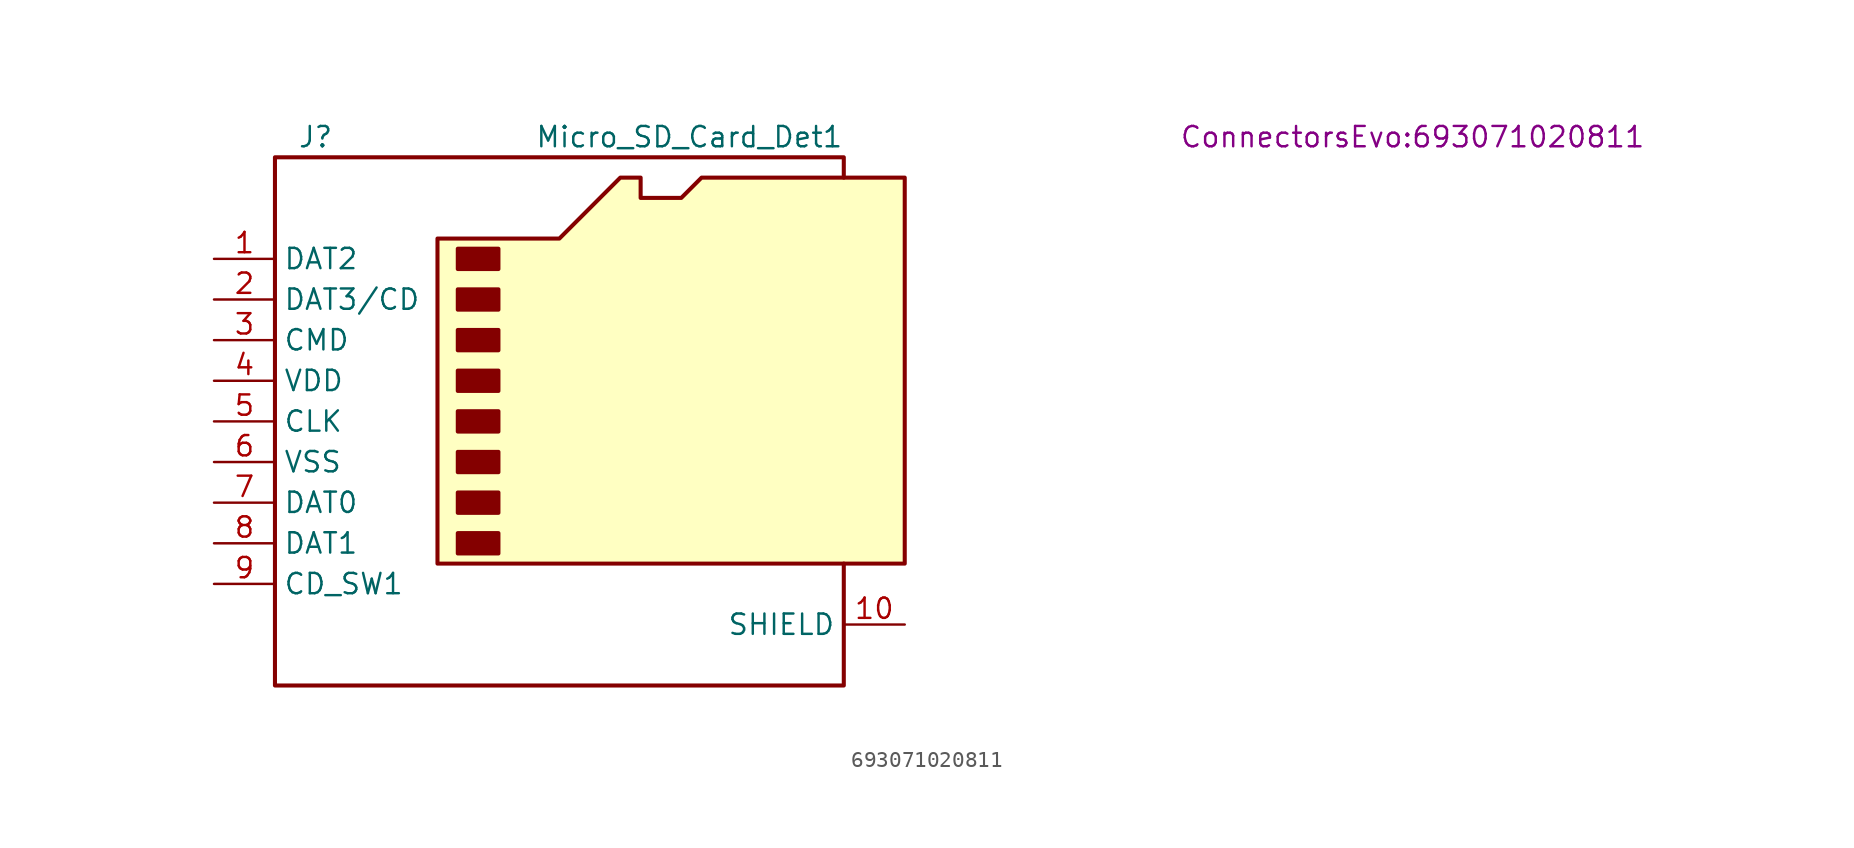
<source format=kicad_sym>
(kicad_symbol_lib
  (version 20220914)
  (generator kicad_symbol_editor)
  (symbol "693071020811"
    (property "Reference" "J"
      (at -16.51 17.78 0)
      (effects (font (size 1.27 1.27))))
    (property "Value" "Micro_SD_Card_Det1"
      (at 16.51 17.78 0)
      (effects (font (size 1.27 1.27)) (justify right)))
    (property "Footprint" "ConnectorsEvo:693071020811"
      (at 52.07 17.78 0)
      (effects (font (size 1.27 1.27))))
    (symbol "693071020811_0_1"
      (rectangle (start -7.62 -6.985) (end -5.08 -8.255) (stroke (width 0.254) (type default)) (fill (type outline)))
      (rectangle (start -7.62 -4.445) (end -5.08 -5.715) (stroke (width 0.254) (type default)) (fill (type outline)))
      (rectangle (start -7.62 -1.905) (end -5.08 -3.175) (stroke (width 0.254) (type default)) (fill (type outline)))
      (rectangle (start -7.62 0.635) (end -5.08 -0.635) (stroke (width 0.254) (type default)) (fill (type outline)))
      (rectangle (start -7.62 3.175) (end -5.08 1.905) (stroke (width 0.254) (type default)) (fill (type outline)))
      (rectangle (start -7.62 5.715) (end -5.08 4.445) (stroke (width 0.254) (type default)) (fill (type outline)))
      (rectangle (start -7.62 8.255) (end -5.08 6.985) (stroke (width 0.254) (type default)) (fill (type outline)))
      (rectangle (start -7.62 10.795) (end -5.08 9.525) (stroke (width 0.254) (type default)) (fill (type outline)))
      (polyline (pts (xy 16.51 15.24) (xy 16.51 16.51) (xy -19.05 16.51) (xy -19.05 -16.51) (xy 16.51 -16.51) (xy 16.51 -8.89)) (stroke (width 0.254) (type default)) (fill (type none)))
      (polyline (pts (xy -8.89 -8.89) (xy -8.89 11.43) (xy -1.27 11.43) (xy 2.54 15.24) (xy 3.81 15.24) (xy 3.81 13.97) (xy 6.35 13.97) (xy 7.62 15.24) (xy 20.32 15.24) (xy 20.32 -8.89) (xy -8.89 -8.89)) (stroke (width 0.254) (type default)) (fill (type background))))
    (symbol "693071020811_1_1"
      (pin bidirectional line (at -22.86 10.16 0) (length 3.81) (name "DAT2" (effects (font (size 1.27 1.27)))) (number "1" (effects (font (size 1.27 1.27)))))
      (pin passive line (at 20.32 -12.7 180) (length 3.81) (name "SHIELD" (effects (font (size 1.27 1.27)))) (number "10" (effects (font (size 1.27 1.27)))))
      (pin passive line (at 20.32 -12.7 180) (length 3.81) hide (name "SHIELD" (effects (font (size 1.27 1.27)))) (number "11" (effects (font (size 1.27 1.27)))))
      (pin passive line (at 20.32 -12.7 180) (length 3.81) hide (name "SHIELD" (effects (font (size 1.27 1.27)))) (number "12" (effects (font (size 1.27 1.27)))))
      (pin passive line (at 20.32 -12.7 180) (length 3.81) hide (name "SHIELD" (effects (font (size 1.27 1.27)))) (number "13" (effects (font (size 1.27 1.27)))))
      (pin bidirectional line (at -22.86 7.62 0) (length 3.81) (name "DAT3/CD" (effects (font (size 1.27 1.27)))) (number "2" (effects (font (size 1.27 1.27)))))
      (pin input line (at -22.86 5.08 0) (length 3.81) (name "CMD" (effects (font (size 1.27 1.27)))) (number "3" (effects (font (size 1.27 1.27)))))
      (pin power_in line (at -22.86 2.54 0) (length 3.81) (name "VDD" (effects (font (size 1.27 1.27)))) (number "4" (effects (font (size 1.27 1.27)))))
      (pin input line (at -22.86 0 0) (length 3.81) (name "CLK" (effects (font (size 1.27 1.27)))) (number "5" (effects (font (size 1.27 1.27)))))
      (pin power_in line (at -22.86 -2.54 0) (length 3.81) (name "VSS" (effects (font (size 1.27 1.27)))) (number "6" (effects (font (size 1.27 1.27)))))
      (pin bidirectional line (at -22.86 -5.08 0) (length 3.81) (name "DAT0" (effects (font (size 1.27 1.27)))) (number "7" (effects (font (size 1.27 1.27)))))
      (pin bidirectional line (at -22.86 -7.62 0) (length 3.81) (name "DAT1" (effects (font (size 1.27 1.27)))) (number "8" (effects (font (size 1.27 1.27)))))
      (pin passive line (at -22.86 -10.16 0) (length 3.81) (name "CD_SW1" (effects (font (size 1.27 1.27)))) (number "9" (effects (font (size 1.27 1.27))))))))
</source>
